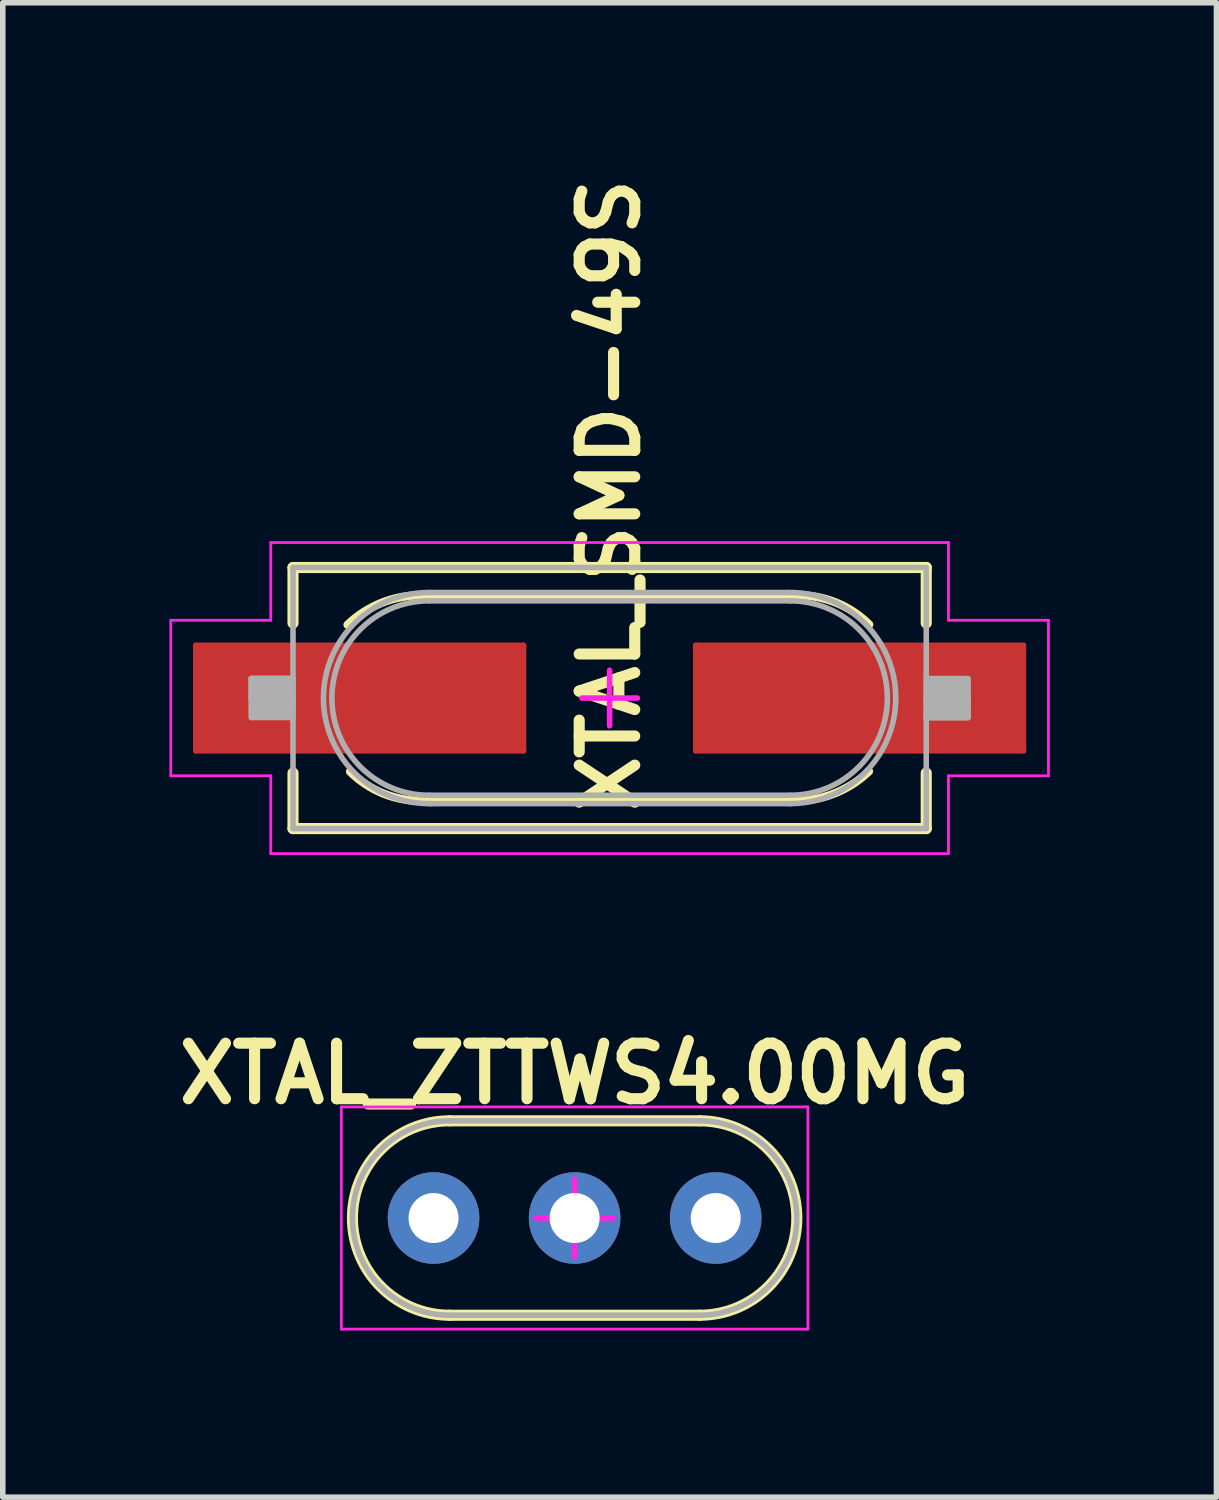
<source format=kicad_pcb>
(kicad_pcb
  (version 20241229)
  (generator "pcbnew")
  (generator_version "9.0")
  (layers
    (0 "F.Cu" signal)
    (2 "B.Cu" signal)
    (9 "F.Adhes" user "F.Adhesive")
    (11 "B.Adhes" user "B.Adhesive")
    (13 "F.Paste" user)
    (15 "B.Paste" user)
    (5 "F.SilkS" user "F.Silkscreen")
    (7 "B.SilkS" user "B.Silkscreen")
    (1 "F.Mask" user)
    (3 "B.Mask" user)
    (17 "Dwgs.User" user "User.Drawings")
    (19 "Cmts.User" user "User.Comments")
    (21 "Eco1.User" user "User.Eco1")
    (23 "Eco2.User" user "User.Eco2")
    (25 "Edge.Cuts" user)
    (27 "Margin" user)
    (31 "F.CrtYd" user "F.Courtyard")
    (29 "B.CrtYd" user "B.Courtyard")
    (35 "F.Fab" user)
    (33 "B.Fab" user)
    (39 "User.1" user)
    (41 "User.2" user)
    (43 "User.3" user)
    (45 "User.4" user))
  (footprint "XTAL_ZTTWS4.00MG"
    (layer "F.Cu")
    (at 7.295 18.878)
    (property "Reference" "XTAL_ZTTWS4.00MG" (at 0 -2.6 180) (layer "F.SilkS") (effects (font (size 1 1) (thickness 0.2))))
    (attr through_hole)
    (fp_line (start -2.25 -1.75) (end 2.25 -1.75) (stroke (width 0.2) (type solid)) (layer "F.SilkS"))
    (fp_line (start 2.25 1.75) (end -2.25 1.75) (stroke (width 0.2) (type solid)) (layer "F.SilkS"))
    (fp_arc (start -2.25 1.75) (mid -4 0) (end -2.25 -1.75) (stroke (width 0.2) (type solid)) (layer "F.SilkS"))
    (fp_arc (start 2.25 -1.75) (mid 4 0) (end 2.25 1.75) (stroke (width 0.2) (type solid)) (layer "F.SilkS"))
    (fp_line (start -4.2 -2) (end 4.2 -2) (stroke (width 0.05) (type solid)) (layer "F.CrtYd"))
    (fp_line (start -4.2 2) (end -4.2 -2) (stroke (width 0.05) (type solid)) (layer "F.CrtYd"))
    (fp_line (start -0.7 0) (end 0.7 0) (stroke (width 0.1) (type solid)) (layer "F.CrtYd"))
    (fp_line (start 0 -0.7) (end 0 0.7) (stroke (width 0.1) (type solid)) (layer "F.CrtYd"))
    (fp_line (start 4.2 -2) (end 4.2 2) (stroke (width 0.05) (type solid)) (layer "F.CrtYd"))
    (fp_line (start 4.2 2) (end -4.2 2) (stroke (width 0.05) (type solid)) (layer "F.CrtYd"))
    (fp_line (start -2.25 -1.75) (end 2.25 -1.75) (stroke (width 0.1) (type solid)) (layer "F.Fab"))
    (fp_line (start 2.25 1.75) (end -2.25 1.75) (stroke (width 0.1) (type solid)) (layer "F.Fab"))
    (fp_arc (start -2.25 1.75) (mid -4 0) (end -2.25 -1.75) (stroke (width 0.1) (type solid)) (layer "F.Fab"))
    (fp_arc (start 2.25 -1.75) (mid 4 0) (end 2.25 1.75) (stroke (width 0.1) (type solid)) (layer "F.Fab"))
    (pad "1" thru_hole circle (at -2.54 0) (size 1.65 1.65) (drill 0.9) (layers "*.Cu" "*.Mask"))
    (pad "2" thru_hole circle (at 0 0) (size 1.65 1.65) (drill 0.9) (layers "*.Cu" "*.Mask"))
    (pad "3" thru_hole circle (at 2.54 0) (size 1.65 1.65) (drill 0.9) (layers "*.Cu" "*.Mask")))
  (footprint "XTAL_SMD-49S"
    (layer "F.Cu")
    (at 7.925 9.517)
    (property "Reference" "XTAL_SMD-49S" (at 0 -3.65 270) (layer "F.SilkS") (effects (font (size 1 1) (thickness 0.2))))
    (attr through_hole)
    (fp_line (start -7.45 -0.95) (end -1.55 -0.95) (stroke (width 0.1) (type solid)) (layer "F.Cu"))
    (fp_line (start -7.45 0.95) (end -7.45 -0.95) (stroke (width 0.1) (type solid)) (layer "F.Cu"))
    (fp_line (start -1.55 -0.95) (end -1.55 0.95) (stroke (width 0.1) (type solid)) (layer "F.Cu"))
    (fp_line (start -1.55 0.95) (end -7.45 0.95) (stroke (width 0.1) (type solid)) (layer "F.Cu"))
    (fp_line (start 1.55 -0.95) (end 7.45 -0.95) (stroke (width 0.1) (type solid)) (layer "F.Cu"))
    (fp_line (start 1.55 0.95) (end 1.55 -0.95) (stroke (width 0.1) (type solid)) (layer "F.Cu"))
    (fp_line (start 7.45 -0.95) (end 7.45 0.95) (stroke (width 0.1) (type solid)) (layer "F.Cu"))
    (fp_line (start 7.45 0.95) (end 1.55 0.95) (stroke (width 0.1) (type solid)) (layer "F.Cu"))
    (fp_line (start -7.5 -1) (end -7.5 1) (stroke (width 0.2) (type solid)) (layer "F.Mask"))
    (fp_line (start -7.5 1) (end -1.5 1) (stroke (width 0.2) (type solid)) (layer "F.Mask"))
    (fp_line (start -1.5 -1) (end -7.5 -1) (stroke (width 0.2) (type solid)) (layer "F.Mask"))
    (fp_line (start -1.5 1) (end -1.5 -1) (stroke (width 0.2) (type solid)) (layer "F.Mask"))
    (fp_line (start 1.5 -1) (end 1.5 1) (stroke (width 0.2) (type solid)) (layer "F.Mask"))
    (fp_line (start 1.5 1) (end 7.5 1) (stroke (width 0.2) (type solid)) (layer "F.Mask"))
    (fp_line (start 7.5 -1) (end 1.5 -1) (stroke (width 0.2) (type solid)) (layer "F.Mask"))
    (fp_line (start 7.5 1) (end 7.5 -1) (stroke (width 0.2) (type solid)) (layer "F.Mask"))
    (fp_line (start -5.7 -2.35) (end 5.7 -2.35) (stroke (width 0.2) (type solid)) (layer "F.SilkS"))
    (fp_line (start -5.7 -1.35) (end -5.7 -2.35) (stroke (width 0.2) (type solid)) (layer "F.SilkS"))
    (fp_line (start -5.7 2.35) (end -5.7 1.35) (stroke (width 0.2) (type solid)) (layer "F.SilkS"))
    (fp_line (start -3.4 -1.85) (end 3.4 -1.85) (stroke (width 0.15) (type solid)) (layer "F.SilkS"))
    (fp_line (start 3.4 1.85) (end -3.4 1.85) (stroke (width 0.15) (type solid)) (layer "F.SilkS"))
    (fp_line (start 5.7 -2.35) (end 5.7 -1.35) (stroke (width 0.2) (type solid)) (layer "F.SilkS"))
    (fp_line (start 5.7 1.35) (end 5.7 2.35) (stroke (width 0.2) (type solid)) (layer "F.SilkS"))
    (fp_line (start 5.7 2.35) (end -5.7 2.35) (stroke (width 0.2) (type solid)) (layer "F.SilkS"))
    (fp_arc (start -4.717463 -1.319047) (mid -4.110215 -1.712269) (end -3.4 -1.85) (stroke (width 0.15) (type solid)) (layer "F.SilkS"))
    (fp_arc (start -3.4 1.85) (mid -4.08883 1.712983) (end -4.672792 1.322792) (stroke (width 0.15) (type solid)) (layer "F.SilkS"))
    (fp_arc (start 3.4 -1.85) (mid 4.08883 -1.712983) (end 4.672792 -1.322792) (stroke (width 0.15) (type solid)) (layer "F.SilkS"))
    (fp_arc (start 4.667919 1.318608) (mid 4.060508 1.712151) (end 3.35 1.85) (stroke (width 0.15) (type solid)) (layer "F.SilkS"))
    (fp_line (start -7.9 -1.4) (end -7.9 1.4) (stroke (width 0.05) (type solid)) (layer "F.CrtYd"))
    (fp_line (start -7.9 1.4) (end -6.1 1.4) (stroke (width 0.05) (type solid)) (layer "F.CrtYd"))
    (fp_line (start -6.1 -2.8) (end -6.1 -1.4) (stroke (width 0.05) (type solid)) (layer "F.CrtYd"))
    (fp_line (start -6.1 -1.4) (end -7.9 -1.4) (stroke (width 0.05) (type solid)) (layer "F.CrtYd"))
    (fp_line (start -6.1 1.4) (end -6.1 2.8) (stroke (width 0.05) (type solid)) (layer "F.CrtYd"))
    (fp_line (start -6.1 2.8) (end 6.1 2.8) (stroke (width 0.05) (type solid)) (layer "F.CrtYd"))
    (fp_line (start -0.5 0) (end 0.5 0) (stroke (width 0.1) (type solid)) (layer "F.CrtYd"))
    (fp_line (start 0 -0.5) (end 0 0.5) (stroke (width 0.1) (type solid)) (layer "F.CrtYd"))
    (fp_line (start 6.1 -2.8) (end -6.1 -2.8) (stroke (width 0.05) (type solid)) (layer "F.CrtYd"))
    (fp_line (start 6.1 -1.4) (end 6.1 -2.8) (stroke (width 0.05) (type solid)) (layer "F.CrtYd"))
    (fp_line (start 6.1 1.4) (end 7.9 1.4) (stroke (width 0.05) (type solid)) (layer "F.CrtYd"))
    (fp_line (start 6.1 2.8) (end 6.1 1.4) (stroke (width 0.05) (type solid)) (layer "F.CrtYd"))
    (fp_line (start 7.9 -1.4) (end 6.1 -1.4) (stroke (width 0.05) (type solid)) (layer "F.CrtYd"))
    (fp_line (start 7.9 1.4) (end 7.9 -1.4) (stroke (width 0.05) (type solid)) (layer "F.CrtYd"))
    (fp_line (start -6.45 -0.35) (end -5.7 -0.35) (stroke (width 0.1) (type solid)) (layer "F.Fab"))
    (fp_line (start -6.45 0) (end -6.45 -0.35) (stroke (width 0.1) (type solid)) (layer "F.Fab"))
    (fp_line (start -6.45 0) (end -6.45 -0.35) (stroke (width 0.1) (type solid)) (layer "F.Fab"))
    (fp_line (start -6.45 0.35) (end -6.45 0) (stroke (width 0.1) (type solid)) (layer "F.Fab"))
    (fp_line (start -5.7 -2.35) (end 5.7 -2.35) (stroke (width 0.1) (type solid)) (layer "F.Fab"))
    (fp_line (start -5.7 -0.35) (end -6.45 -0.35) (stroke (width 0.1) (type solid)) (layer "F.Fab"))
    (fp_line (start -5.7 -0.35) (end -6.45 -0.35) (stroke (width 0.1) (type solid)) (layer "F.Fab"))
    (fp_line (start -5.7 -0.3) (end -6.45 -0.3) (stroke (width 0.1) (type solid)) (layer "F.Fab"))
    (fp_line (start -5.7 -0.25) (end -6.45 -0.25) (stroke (width 0.1) (type solid)) (layer "F.Fab"))
    (fp_line (start -5.7 -0.2) (end -6.45 -0.2) (stroke (width 0.1) (type solid)) (layer "F.Fab"))
    (fp_line (start -5.7 -0.15) (end -6.45 -0.15) (stroke (width 0.1) (type solid)) (layer "F.Fab"))
    (fp_line (start -5.7 -0.1) (end -6.45 -0.1) (stroke (width 0.1) (type solid)) (layer "F.Fab"))
    (fp_line (start -5.7 -0.05) (end -6.45 -0.05) (stroke (width 0.1) (type solid)) (layer "F.Fab"))
    (fp_line (start -5.7 0) (end -6.45 0) (stroke (width 0.1) (type solid)) (layer "F.Fab"))
    (fp_line (start -5.7 0) (end -6.45 0) (stroke (width 0.1) (type solid)) (layer "F.Fab"))
    (fp_line (start -5.7 0) (end -6.45 0) (stroke (width 0.1) (type solid)) (layer "F.Fab"))
    (fp_line (start -5.7 0.05) (end -6.45 0.05) (stroke (width 0.1) (type solid)) (layer "F.Fab"))
    (fp_line (start -5.7 0.1) (end -6.45 0.1) (stroke (width 0.1) (type solid)) (layer "F.Fab"))
    (fp_line (start -5.7 0.15) (end -6.45 0.15) (stroke (width 0.1) (type solid)) (layer "F.Fab"))
    (fp_line (start -5.7 0.2) (end -6.45 0.2) (stroke (width 0.1) (type solid)) (layer "F.Fab"))
    (fp_line (start -5.7 0.25) (end -6.45 0.25) (stroke (width 0.1) (type solid)) (layer "F.Fab"))
    (fp_line (start -5.7 0.3) (end -6.45 0.3) (stroke (width 0.1) (type solid)) (layer "F.Fab"))
    (fp_line (start -5.7 0.35) (end -6.45 0.35) (stroke (width 0.1) (type solid)) (layer "F.Fab"))
    (fp_line (start -5.7 2.35) (end -5.7 -2.35) (stroke (width 0.1) (type solid)) (layer "F.Fab"))
    (fp_line (start -3.25 -1.9) (end 3.2 -1.9) (stroke (width 0.1) (type solid)) (layer "F.Fab"))
    (fp_line (start -3.25 1.75) (end 3.25 1.75) (stroke (width 0.1) (type solid)) (layer "F.Fab"))
    (fp_line (start -3.25 1.901) (end 3.25 1.901) (stroke (width 0.1) (type solid)) (layer "F.Fab"))
    (fp_line (start 3.25 -1.75) (end -3.25 -1.75) (stroke (width 0.1) (type solid)) (layer "F.Fab"))
    (fp_line (start 5.7 -2.35) (end 5.7 2.35) (stroke (width 0.1) (type solid)) (layer "F.Fab"))
    (fp_line (start 5.7 -0.35) (end 6.45 -0.35) (stroke (width 0.1) (type solid)) (layer "F.Fab"))
    (fp_line (start 5.7 -0.3) (end 6.45 -0.3) (stroke (width 0.1) (type solid)) (layer "F.Fab"))
    (fp_line (start 5.7 -0.25) (end 6.45 -0.25) (stroke (width 0.1) (type solid)) (layer "F.Fab"))
    (fp_line (start 5.7 -0.2) (end 6.45 -0.2) (stroke (width 0.1) (type solid)) (layer "F.Fab"))
    (fp_line (start 5.7 -0.15) (end 6.45 -0.15) (stroke (width 0.1) (type solid)) (layer "F.Fab"))
    (fp_line (start 5.7 -0.1) (end 6.45 -0.1) (stroke (width 0.1) (type solid)) (layer "F.Fab"))
    (fp_line (start 5.7 -0.05) (end 6.45 -0.05) (stroke (width 0.1) (type solid)) (layer "F.Fab"))
    (fp_line (start 5.7 0) (end 6.45 0) (stroke (width 0.1) (type solid)) (layer "F.Fab"))
    (fp_line (start 5.7 0) (end 6.45 0) (stroke (width 0.1) (type solid)) (layer "F.Fab"))
    (fp_line (start 5.7 0) (end 6.45 0) (stroke (width 0.1) (type solid)) (layer "F.Fab"))
    (fp_line (start 5.7 0.05) (end 6.45 0.05) (stroke (width 0.1) (type solid)) (layer "F.Fab"))
    (fp_line (start 5.7 0.1) (end 6.45 0.1) (stroke (width 0.1) (type solid)) (layer "F.Fab"))
    (fp_line (start 5.7 0.15) (end 6.45 0.15) (stroke (width 0.1) (type solid)) (layer "F.Fab"))
    (fp_line (start 5.7 0.2) (end 6.45 0.2) (stroke (width 0.1) (type solid)) (layer "F.Fab"))
    (fp_line (start 5.7 0.25) (end 6.45 0.25) (stroke (width 0.1) (type solid)) (layer "F.Fab"))
    (fp_line (start 5.7 0.3) (end 6.45 0.3) (stroke (width 0.1) (type solid)) (layer "F.Fab"))
    (fp_line (start 5.7 0.35) (end 6.45 0.35) (stroke (width 0.1) (type solid)) (layer "F.Fab"))
    (fp_line (start 5.7 0.35) (end 6.45 0.35) (stroke (width 0.1) (type solid)) (layer "F.Fab"))
    (fp_line (start 5.7 2.35) (end -5.7 2.35) (stroke (width 0.1) (type solid)) (layer "F.Fab"))
    (fp_line (start 6.45 -0.35) (end 6.45 0) (stroke (width 0.1) (type solid)) (layer "F.Fab"))
    (fp_line (start 6.45 0) (end 6.45 0.35) (stroke (width 0.1) (type solid)) (layer "F.Fab"))
    (fp_line (start 6.45 0) (end 6.45 0.35) (stroke (width 0.1) (type solid)) (layer "F.Fab"))
    (fp_line (start 6.45 0.35) (end 5.7 0.35) (stroke (width 0.1) (type solid)) (layer "F.Fab"))
    (fp_arc (start -3.25 1.75) (mid -5 0) (end -3.25 -1.75) (stroke (width 0.1) (type solid)) (layer "F.Fab"))
    (fp_arc (start -3.2 1.9) (mid -5.150493 0.025002) (end -3.25 -1.900658) (stroke (width 0.1) (type solid)) (layer "F.Fab"))
    (fp_arc (start 3.2 -1.9) (mid 5.150493 -0.025002) (end 3.25 1.900658) (stroke (width 0.1) (type solid)) (layer "F.Fab"))
    (fp_arc (start 3.25 -1.75) (mid 5 0) (end 3.25 1.75) (stroke (width 0.1) (type solid)) (layer "F.Fab"))
    (pad "1" smd rect (at -4.5 0) (size 5.9 1.9) (layers "F.Cu" "F.Mask" "F.Paste"))
    (pad "2" smd rect (at 4.5 0) (size 5.9 1.9) (layers "F.Cu" "F.Mask" "F.Paste")))
  (gr_rect
    (start -3 -3)
    (end 18.85 23.903)
    (stroke (width 0.1) (type default))
    (fill no)
    (layer "Edge.Cuts")))
</source>
